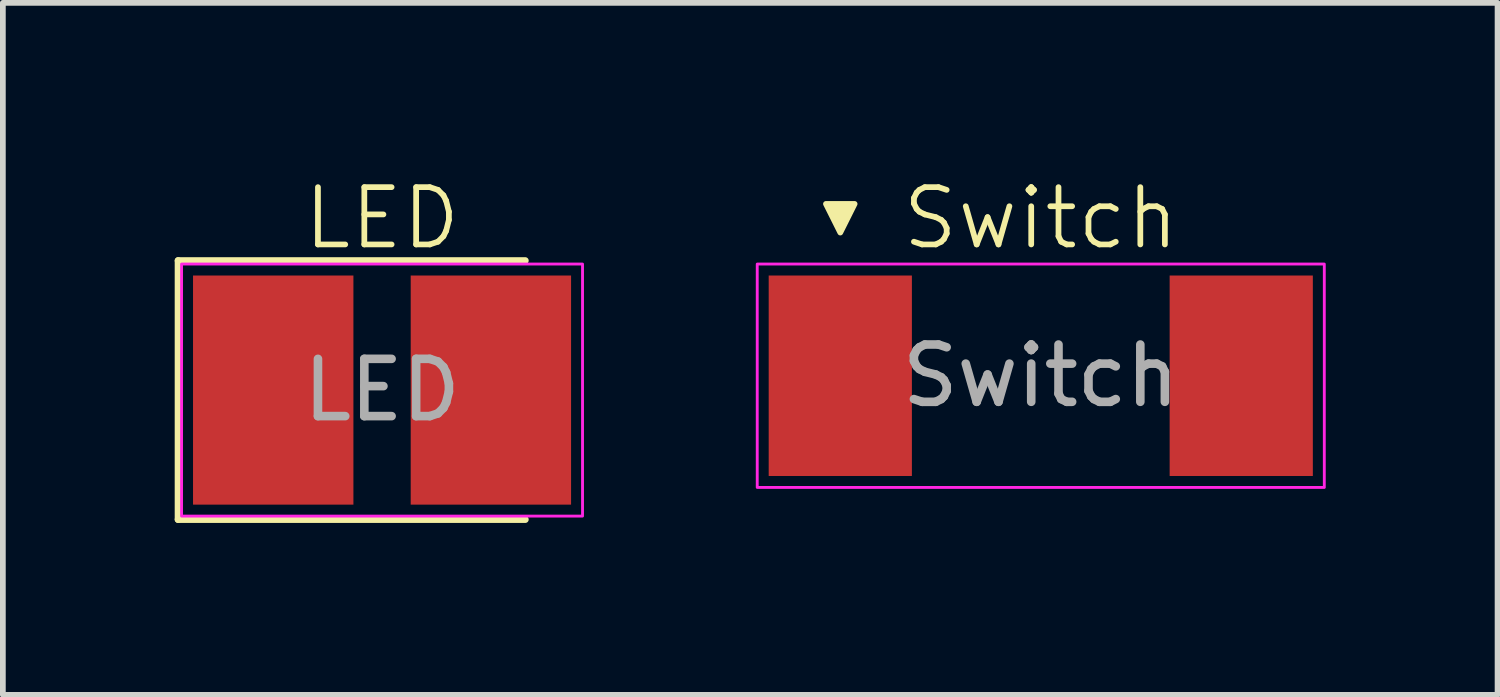
<source format=kicad_pcb>
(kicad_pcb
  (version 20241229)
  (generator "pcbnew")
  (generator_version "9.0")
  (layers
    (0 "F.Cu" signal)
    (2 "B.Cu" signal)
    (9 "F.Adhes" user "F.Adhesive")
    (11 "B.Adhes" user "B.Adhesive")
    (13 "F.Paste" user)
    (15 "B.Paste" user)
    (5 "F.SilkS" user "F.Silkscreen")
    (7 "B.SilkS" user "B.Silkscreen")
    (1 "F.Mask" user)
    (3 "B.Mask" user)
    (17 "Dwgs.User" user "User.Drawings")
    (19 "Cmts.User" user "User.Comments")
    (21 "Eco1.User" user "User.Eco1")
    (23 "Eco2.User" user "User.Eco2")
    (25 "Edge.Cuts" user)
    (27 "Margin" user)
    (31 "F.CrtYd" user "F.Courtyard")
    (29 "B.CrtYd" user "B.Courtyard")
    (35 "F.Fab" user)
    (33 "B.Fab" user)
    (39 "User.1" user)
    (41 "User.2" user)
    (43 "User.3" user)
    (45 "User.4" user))
  (footprint "Switch"
    (layer "F.Cu")
    (at 15.12 3.51)
    (property "Reference" "Switch" (at 0 -2.75 0) (unlocked yes) (layer "F.SilkS") (effects (font (size 1 1) (thickness 0.1))))
    (attr smd exclude_from_bom)
    (fp_poly (pts (xy -3.75 -3) (xy -3.25 -3) (xy -3.5 -2.5)) (stroke (width 0.1) (type solid)) (fill yes) (layer "F.SilkS"))
    (fp_rect (start -4.95 -1.95) (end 4.95 1.95) (stroke (width 0.05) (type default)) (fill no) (layer "F.CrtYd"))
    (fp_text user "${REFERENCE}" (at 0 0 0) (unlocked yes) (layer "F.Fab") (effects (font (size 1 1) (thickness 0.15))))
    (pad "1" smd rect (at -3.5 0) (size 2.5 3.5) (layers "F.Cu" "F.Mask"))
    (pad "2" smd rect (at 3.5 0) (size 2.5 3.5) (layers "F.Cu" "F.Mask")))
  (footprint "LED"
    (layer "F.Cu")
    (at 3.62 3.76)
    (property "Reference" "LED" (at 0 -3 0) (unlocked yes) (layer "F.SilkS") (effects (font (size 1 1) (thickness 0.1))))
    (attr smd exclude_from_bom)
    (fp_line (start -3.56 -2.26) (end -3.56 2.26) (stroke (width 0.12) (type default)) (layer "F.SilkS"))
    (fp_line (start -3.56 2.26) (end 2.5 2.26) (stroke (width 0.12) (type default)) (layer "F.SilkS"))
    (fp_line (start 2.5 -2.26) (end -3.56 -2.26) (stroke (width 0.12) (type default)) (layer "F.SilkS"))
    (fp_rect (start -3.5 -2.2) (end 3.5 2.2) (stroke (width 0.05) (type default)) (fill no) (layer "F.CrtYd"))
    (fp_text user "${REFERENCE}" (at 0 0 0) (unlocked yes) (layer "F.Fab") (effects (font (size 1 1) (thickness 0.15))))
    (pad "1" smd rect (at -1.9 0 90) (size 4 2.8) (layers "F.Cu" "F.Mask" "F.Paste"))
    (pad "2" smd rect (at 1.9 0 90) (size 4 2.8) (layers "F.Cu" "F.Mask" "F.Paste")))
  (gr_rect
    (start -3 -3)
    (end 23.095 9.081)
    (stroke (width 0.1) (type default))
    (fill no)
    (layer "Edge.Cuts")))
</source>
